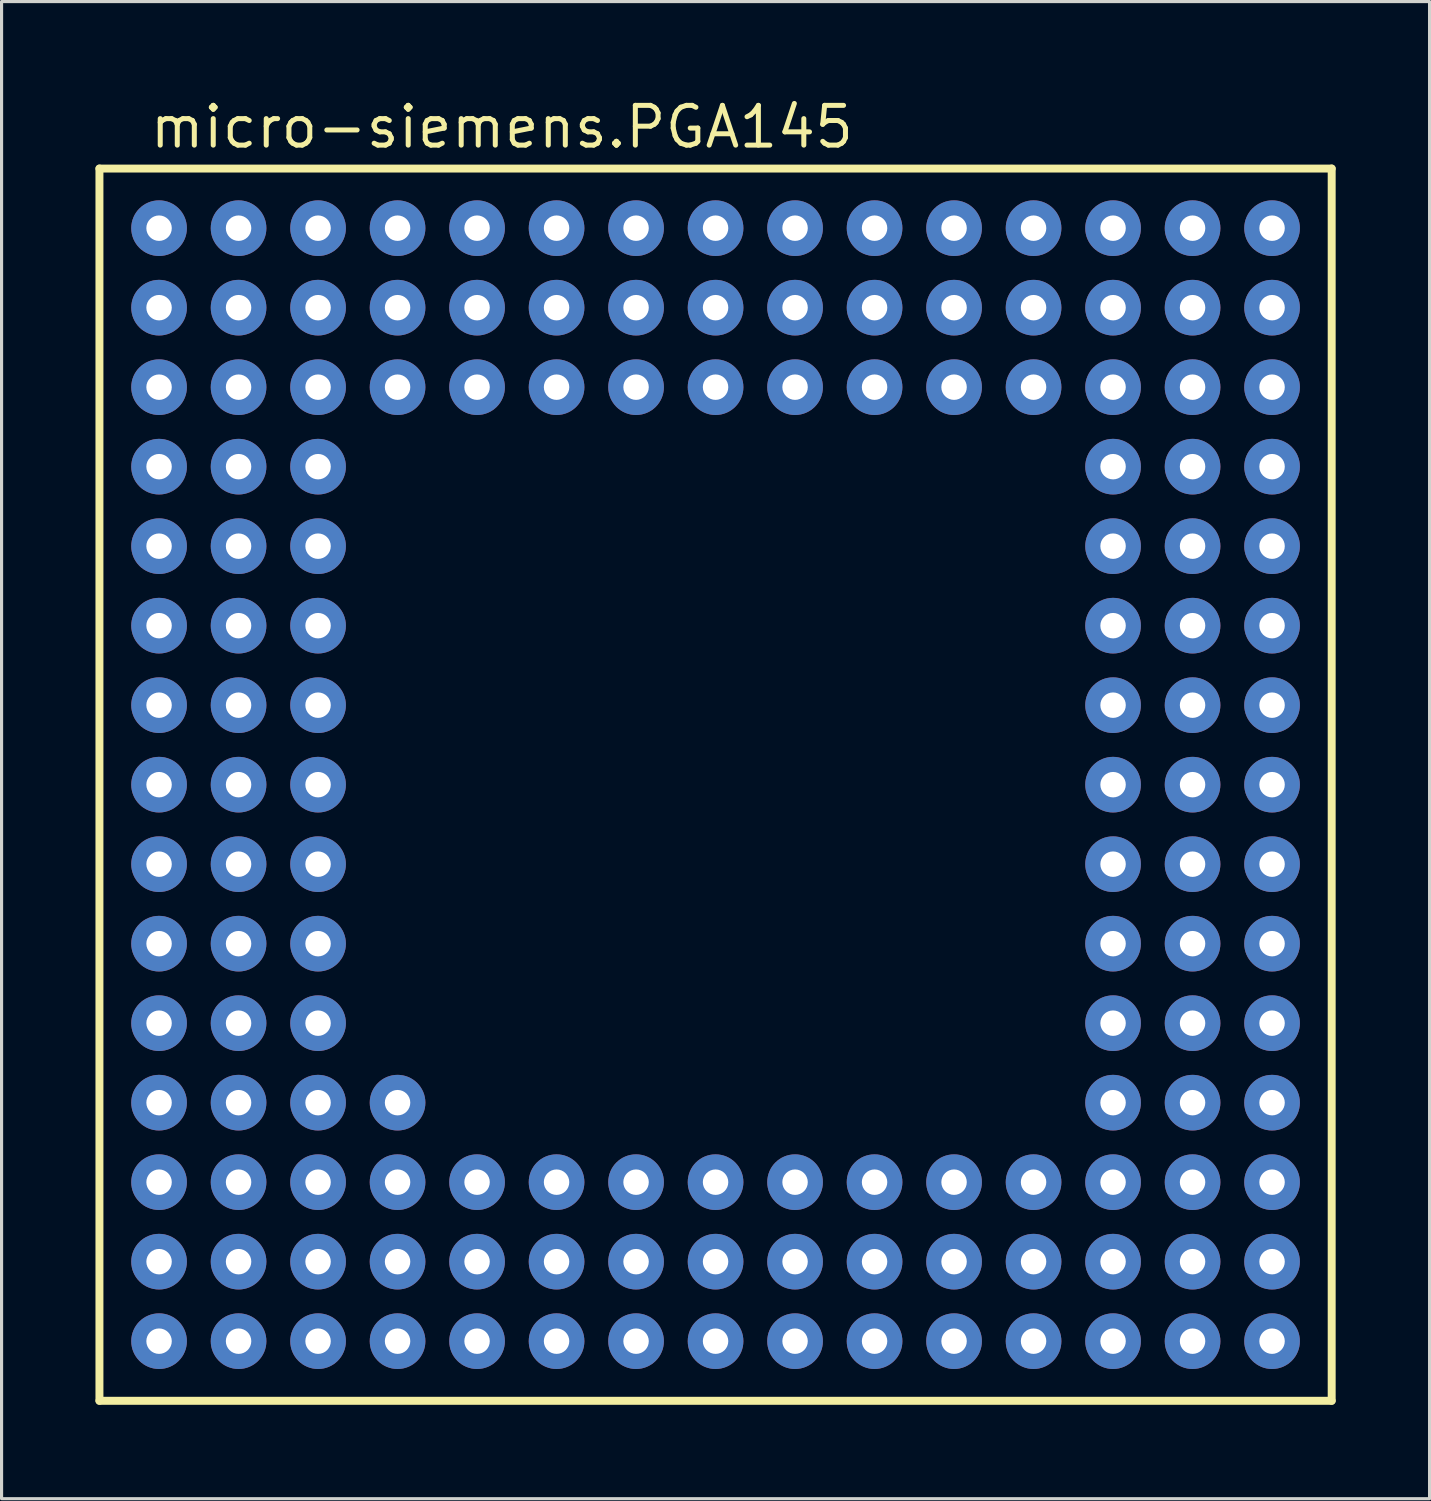
<source format=kicad_pcb>
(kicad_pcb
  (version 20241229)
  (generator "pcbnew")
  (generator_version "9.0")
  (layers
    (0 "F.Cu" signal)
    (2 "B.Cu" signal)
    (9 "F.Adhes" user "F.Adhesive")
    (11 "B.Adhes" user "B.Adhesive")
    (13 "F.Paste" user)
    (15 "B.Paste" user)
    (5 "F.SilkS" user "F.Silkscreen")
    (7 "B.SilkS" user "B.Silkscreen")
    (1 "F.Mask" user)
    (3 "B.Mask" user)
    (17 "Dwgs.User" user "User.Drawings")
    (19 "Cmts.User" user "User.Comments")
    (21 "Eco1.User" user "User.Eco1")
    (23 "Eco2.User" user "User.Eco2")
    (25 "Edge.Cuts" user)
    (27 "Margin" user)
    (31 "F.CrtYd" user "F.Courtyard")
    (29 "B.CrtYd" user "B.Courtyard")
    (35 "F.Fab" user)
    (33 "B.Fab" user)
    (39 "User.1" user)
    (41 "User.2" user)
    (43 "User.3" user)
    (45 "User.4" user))
  (footprint "micro-siemens.PGA145"
    (layer "F.Cu")
    (at 19.812 22.02)
    (property "Reference" "micro-siemens.PGA145" (at -18.15 -20.27 0) (layer "F.SilkS") (effects (font (size 1.27 1.27) (thickness 0.16)) (justify left bottom)))
    (attr through_hole)
    (fp_line (start -19.685 -19.685) (end 19.685 -19.685) (stroke (width 0.254) (type default)) (layer "F.SilkS"))
    (fp_line (start -19.685 19.685) (end -19.685 -19.685) (stroke (width 0.254) (type default)) (layer "F.SilkS"))
    (fp_line (start 19.685 -19.685) (end 19.685 19.685) (stroke (width 0.254) (type default)) (layer "F.SilkS"))
    (fp_line (start 19.685 19.685) (end -19.685 19.685) (stroke (width 0.254) (type default)) (layer "F.SilkS"))
    (pad "A1" thru_hole circle (at -17.78 -17.78) (size 1.778 1.778) (drill 0.813) (layers "*.Cu" "*.Mask"))
    (pad "A2" thru_hole circle (at -15.24 -17.78) (size 1.778 1.778) (drill 0.813) (layers "*.Cu" "*.Mask"))
    (pad "A3" thru_hole circle (at -12.7 -17.78) (size 1.778 1.778) (drill 0.813) (layers "*.Cu" "*.Mask"))
    (pad "A4" thru_hole circle (at -10.16 -17.78) (size 1.778 1.778) (drill 0.813) (layers "*.Cu" "*.Mask"))
    (pad "A5" thru_hole circle (at -7.62 -17.78) (size 1.778 1.778) (drill 0.813) (layers "*.Cu" "*.Mask"))
    (pad "A6" thru_hole circle (at -5.08 -17.78) (size 1.778 1.778) (drill 0.813) (layers "*.Cu" "*.Mask"))
    (pad "A7" thru_hole circle (at -2.54 -17.78) (size 1.778 1.778) (drill 0.813) (layers "*.Cu" "*.Mask"))
    (pad "A8" thru_hole circle (at 0 -17.78) (size 1.778 1.778) (drill 0.813) (layers "*.Cu" "*.Mask"))
    (pad "A9" thru_hole circle (at 2.54 -17.78) (size 1.778 1.778) (drill 0.813) (layers "*.Cu" "*.Mask"))
    (pad "A10" thru_hole circle (at 5.08 -17.78) (size 1.778 1.778) (drill 0.813) (layers "*.Cu" "*.Mask"))
    (pad "A11" thru_hole circle (at 7.62 -17.78) (size 1.778 1.778) (drill 0.813) (layers "*.Cu" "*.Mask"))
    (pad "A12" thru_hole circle (at 10.16 -17.78) (size 1.778 1.778) (drill 0.813) (layers "*.Cu" "*.Mask"))
    (pad "A13" thru_hole circle (at 12.7 -17.78) (size 1.778 1.778) (drill 0.813) (layers "*.Cu" "*.Mask"))
    (pad "A14" thru_hole circle (at 15.24 -17.78) (size 1.778 1.778) (drill 0.813) (layers "*.Cu" "*.Mask"))
    (pad "A15" thru_hole circle (at 17.78 -17.78) (size 1.778 1.778) (drill 0.813) (layers "*.Cu" "*.Mask"))
    (pad "B1" thru_hole circle (at -17.78 -15.24) (size 1.778 1.778) (drill 0.813) (layers "*.Cu" "*.Mask"))
    (pad "B2" thru_hole circle (at -15.24 -15.24) (size 1.778 1.778) (drill 0.813) (layers "*.Cu" "*.Mask"))
    (pad "B3" thru_hole circle (at -12.7 -15.24) (size 1.778 1.778) (drill 0.813) (layers "*.Cu" "*.Mask"))
    (pad "B4" thru_hole circle (at -10.16 -15.24) (size 1.778 1.778) (drill 0.813) (layers "*.Cu" "*.Mask"))
    (pad "B5" thru_hole circle (at -7.62 -15.24) (size 1.778 1.778) (drill 0.813) (layers "*.Cu" "*.Mask"))
    (pad "B6" thru_hole circle (at -5.08 -15.24) (size 1.778 1.778) (drill 0.813) (layers "*.Cu" "*.Mask"))
    (pad "B7" thru_hole circle (at -2.54 -15.24) (size 1.778 1.778) (drill 0.813) (layers "*.Cu" "*.Mask"))
    (pad "B8" thru_hole circle (at 0 -15.24) (size 1.778 1.778) (drill 0.813) (layers "*.Cu" "*.Mask"))
    (pad "B9" thru_hole circle (at 2.54 -15.24) (size 1.778 1.778) (drill 0.813) (layers "*.Cu" "*.Mask"))
    (pad "B10" thru_hole circle (at 5.08 -15.24) (size 1.778 1.778) (drill 0.813) (layers "*.Cu" "*.Mask"))
    (pad "B11" thru_hole circle (at 7.62 -15.24) (size 1.778 1.778) (drill 0.813) (layers "*.Cu" "*.Mask"))
    (pad "B12" thru_hole circle (at 10.16 -15.24) (size 1.778 1.778) (drill 0.813) (layers "*.Cu" "*.Mask"))
    (pad "B13" thru_hole circle (at 12.7 -15.24) (size 1.778 1.778) (drill 0.813) (layers "*.Cu" "*.Mask"))
    (pad "B14" thru_hole circle (at 15.24 -15.24) (size 1.778 1.778) (drill 0.813) (layers "*.Cu" "*.Mask"))
    (pad "B15" thru_hole circle (at 17.78 -15.24) (size 1.778 1.778) (drill 0.813) (layers "*.Cu" "*.Mask"))
    (pad "C1" thru_hole circle (at -17.78 -12.7) (size 1.778 1.778) (drill 0.813) (layers "*.Cu" "*.Mask"))
    (pad "C2" thru_hole circle (at -15.24 -12.7) (size 1.778 1.778) (drill 0.813) (layers "*.Cu" "*.Mask"))
    (pad "C3" thru_hole circle (at -12.7 -12.7) (size 1.778 1.778) (drill 0.813) (layers "*.Cu" "*.Mask"))
    (pad "C4" thru_hole circle (at -10.16 -12.7) (size 1.778 1.778) (drill 0.813) (layers "*.Cu" "*.Mask"))
    (pad "C5" thru_hole circle (at -7.62 -12.7) (size 1.778 1.778) (drill 0.813) (layers "*.Cu" "*.Mask"))
    (pad "C6" thru_hole circle (at -5.08 -12.7) (size 1.778 1.778) (drill 0.813) (layers "*.Cu" "*.Mask"))
    (pad "C7" thru_hole circle (at -2.54 -12.7) (size 1.778 1.778) (drill 0.813) (layers "*.Cu" "*.Mask"))
    (pad "C8" thru_hole circle (at 0 -12.7) (size 1.778 1.778) (drill 0.813) (layers "*.Cu" "*.Mask"))
    (pad "C9" thru_hole circle (at 2.54 -12.7) (size 1.778 1.778) (drill 0.813) (layers "*.Cu" "*.Mask"))
    (pad "C10" thru_hole circle (at 5.08 -12.7) (size 1.778 1.778) (drill 0.813) (layers "*.Cu" "*.Mask"))
    (pad "C11" thru_hole circle (at 7.62 -12.7) (size 1.778 1.778) (drill 0.813) (layers "*.Cu" "*.Mask"))
    (pad "C12" thru_hole circle (at 10.16 -12.7) (size 1.778 1.778) (drill 0.813) (layers "*.Cu" "*.Mask"))
    (pad "C13" thru_hole circle (at 12.7 -12.7) (size 1.778 1.778) (drill 0.813) (layers "*.Cu" "*.Mask"))
    (pad "C14" thru_hole circle (at 15.24 -12.7) (size 1.778 1.778) (drill 0.813) (layers "*.Cu" "*.Mask"))
    (pad "C15" thru_hole circle (at 17.78 -12.7) (size 1.778 1.778) (drill 0.813) (layers "*.Cu" "*.Mask"))
    (pad "D1" thru_hole circle (at -17.78 -10.16) (size 1.778 1.778) (drill 0.813) (layers "*.Cu" "*.Mask"))
    (pad "D2" thru_hole circle (at -15.24 -10.16) (size 1.778 1.778) (drill 0.813) (layers "*.Cu" "*.Mask"))
    (pad "D3" thru_hole circle (at -12.7 -10.16) (size 1.778 1.778) (drill 0.813) (layers "*.Cu" "*.Mask"))
    (pad "D13" thru_hole circle (at 12.7 -10.16) (size 1.778 1.778) (drill 0.813) (layers "*.Cu" "*.Mask"))
    (pad "D14" thru_hole circle (at 15.24 -10.16) (size 1.778 1.778) (drill 0.813) (layers "*.Cu" "*.Mask"))
    (pad "D15" thru_hole circle (at 17.78 -10.16) (size 1.778 1.778) (drill 0.813) (layers "*.Cu" "*.Mask"))
    (pad "E1" thru_hole circle (at -17.78 -7.62) (size 1.778 1.778) (drill 0.813) (layers "*.Cu" "*.Mask"))
    (pad "E2" thru_hole circle (at -15.24 -7.62) (size 1.778 1.778) (drill 0.813) (layers "*.Cu" "*.Mask"))
    (pad "E3" thru_hole circle (at -12.7 -7.62) (size 1.778 1.778) (drill 0.813) (layers "*.Cu" "*.Mask"))
    (pad "E13" thru_hole circle (at 12.7 -7.62) (size 1.778 1.778) (drill 0.813) (layers "*.Cu" "*.Mask"))
    (pad "E14" thru_hole circle (at 15.24 -7.62) (size 1.778 1.778) (drill 0.813) (layers "*.Cu" "*.Mask"))
    (pad "E15" thru_hole circle (at 17.78 -7.62) (size 1.778 1.778) (drill 0.813) (layers "*.Cu" "*.Mask"))
    (pad "F1" thru_hole circle (at -17.78 -5.08) (size 1.778 1.778) (drill 0.813) (layers "*.Cu" "*.Mask"))
    (pad "F2" thru_hole circle (at -15.24 -5.08) (size 1.778 1.778) (drill 0.813) (layers "*.Cu" "*.Mask"))
    (pad "F3" thru_hole circle (at -12.7 -5.08) (size 1.778 1.778) (drill 0.813) (layers "*.Cu" "*.Mask"))
    (pad "F13" thru_hole circle (at 12.7 -5.08) (size 1.778 1.778) (drill 0.813) (layers "*.Cu" "*.Mask"))
    (pad "F14" thru_hole circle (at 15.24 -5.08) (size 1.778 1.778) (drill 0.813) (layers "*.Cu" "*.Mask"))
    (pad "F15" thru_hole circle (at 17.78 -5.08) (size 1.778 1.778) (drill 0.813) (layers "*.Cu" "*.Mask"))
    (pad "G1" thru_hole circle (at -17.78 -2.54) (size 1.778 1.778) (drill 0.813) (layers "*.Cu" "*.Mask"))
    (pad "G2" thru_hole circle (at -15.24 -2.54) (size 1.778 1.778) (drill 0.813) (layers "*.Cu" "*.Mask"))
    (pad "G3" thru_hole circle (at -12.7 -2.54) (size 1.778 1.778) (drill 0.813) (layers "*.Cu" "*.Mask"))
    (pad "G13" thru_hole circle (at 12.7 -2.54) (size 1.778 1.778) (drill 0.813) (layers "*.Cu" "*.Mask"))
    (pad "G14" thru_hole circle (at 15.24 -2.54) (size 1.778 1.778) (drill 0.813) (layers "*.Cu" "*.Mask"))
    (pad "G15" thru_hole circle (at 17.78 -2.54) (size 1.778 1.778) (drill 0.813) (layers "*.Cu" "*.Mask"))
    (pad "H1" thru_hole circle (at -17.78 0) (size 1.778 1.778) (drill 0.813) (layers "*.Cu" "*.Mask"))
    (pad "H2" thru_hole circle (at -15.24 0) (size 1.778 1.778) (drill 0.813) (layers "*.Cu" "*.Mask"))
    (pad "H3" thru_hole circle (at -12.7 0) (size 1.778 1.778) (drill 0.813) (layers "*.Cu" "*.Mask"))
    (pad "H13" thru_hole circle (at 12.7 0) (size 1.778 1.778) (drill 0.813) (layers "*.Cu" "*.Mask"))
    (pad "H14" thru_hole circle (at 15.24 0) (size 1.778 1.778) (drill 0.813) (layers "*.Cu" "*.Mask"))
    (pad "H15" thru_hole circle (at 17.78 0) (size 1.778 1.778) (drill 0.813) (layers "*.Cu" "*.Mask"))
    (pad "J1" thru_hole circle (at -17.78 2.54) (size 1.778 1.778) (drill 0.813) (layers "*.Cu" "*.Mask"))
    (pad "J2" thru_hole circle (at -15.24 2.54) (size 1.778 1.778) (drill 0.813) (layers "*.Cu" "*.Mask"))
    (pad "J3" thru_hole circle (at -12.7 2.54) (size 1.778 1.778) (drill 0.813) (layers "*.Cu" "*.Mask"))
    (pad "J13" thru_hole circle (at 12.7 2.54) (size 1.778 1.778) (drill 0.813) (layers "*.Cu" "*.Mask"))
    (pad "J14" thru_hole circle (at 15.24 2.54) (size 1.778 1.778) (drill 0.813) (layers "*.Cu" "*.Mask"))
    (pad "J15" thru_hole circle (at 17.78 2.54) (size 1.778 1.778) (drill 0.813) (layers "*.Cu" "*.Mask"))
    (pad "K1" thru_hole circle (at -17.78 5.08) (size 1.778 1.778) (drill 0.813) (layers "*.Cu" "*.Mask"))
    (pad "K2" thru_hole circle (at -15.24 5.08) (size 1.778 1.778) (drill 0.813) (layers "*.Cu" "*.Mask"))
    (pad "K3" thru_hole circle (at -12.7 5.08) (size 1.778 1.778) (drill 0.813) (layers "*.Cu" "*.Mask"))
    (pad "K13" thru_hole circle (at 12.7 5.08) (size 1.778 1.778) (drill 0.813) (layers "*.Cu" "*.Mask"))
    (pad "K14" thru_hole circle (at 15.24 5.08) (size 1.778 1.778) (drill 0.813) (layers "*.Cu" "*.Mask"))
    (pad "K15" thru_hole circle (at 17.78 5.08) (size 1.778 1.778) (drill 0.813) (layers "*.Cu" "*.Mask"))
    (pad "L1" thru_hole circle (at -17.78 7.62) (size 1.778 1.778) (drill 0.813) (layers "*.Cu" "*.Mask"))
    (pad "L2" thru_hole circle (at -15.24 7.62) (size 1.778 1.778) (drill 0.813) (layers "*.Cu" "*.Mask"))
    (pad "L3" thru_hole circle (at -12.7 7.62) (size 1.778 1.778) (drill 0.813) (layers "*.Cu" "*.Mask"))
    (pad "L13" thru_hole circle (at 12.7 7.62) (size 1.778 1.778) (drill 0.813) (layers "*.Cu" "*.Mask"))
    (pad "L14" thru_hole circle (at 15.24 7.62) (size 1.778 1.778) (drill 0.813) (layers "*.Cu" "*.Mask"))
    (pad "L15" thru_hole circle (at 17.78 7.62) (size 1.778 1.778) (drill 0.813) (layers "*.Cu" "*.Mask"))
    (pad "M1" thru_hole circle (at -17.78 10.16) (size 1.778 1.778) (drill 0.813) (layers "*.Cu" "*.Mask"))
    (pad "M2" thru_hole circle (at -15.24 10.16) (size 1.778 1.778) (drill 0.813) (layers "*.Cu" "*.Mask"))
    (pad "M3" thru_hole circle (at -12.7 10.16) (size 1.778 1.778) (drill 0.813) (layers "*.Cu" "*.Mask"))
    (pad "M4" thru_hole circle (at -10.16 10.16) (size 1.778 1.778) (drill 0.813) (layers "*.Cu" "*.Mask"))
    (pad "M13" thru_hole circle (at 12.7 10.16) (size 1.778 1.778) (drill 0.813) (layers "*.Cu" "*.Mask"))
    (pad "M14" thru_hole circle (at 15.24 10.16) (size 1.778 1.778) (drill 0.813) (layers "*.Cu" "*.Mask"))
    (pad "M15" thru_hole circle (at 17.78 10.16) (size 1.778 1.778) (drill 0.813) (layers "*.Cu" "*.Mask"))
    (pad "N1" thru_hole circle (at -17.78 12.7) (size 1.778 1.778) (drill 0.813) (layers "*.Cu" "*.Mask"))
    (pad "N2" thru_hole circle (at -15.24 12.7) (size 1.778 1.778) (drill 0.813) (layers "*.Cu" "*.Mask"))
    (pad "N3" thru_hole circle (at -12.7 12.7) (size 1.778 1.778) (drill 0.813) (layers "*.Cu" "*.Mask"))
    (pad "N4" thru_hole circle (at -10.16 12.7) (size 1.778 1.778) (drill 0.813) (layers "*.Cu" "*.Mask"))
    (pad "N5" thru_hole circle (at -7.62 12.7) (size 1.778 1.778) (drill 0.813) (layers "*.Cu" "*.Mask"))
    (pad "N6" thru_hole circle (at -5.08 12.7) (size 1.778 1.778) (drill 0.813) (layers "*.Cu" "*.Mask"))
    (pad "N7" thru_hole circle (at -2.54 12.7) (size 1.778 1.778) (drill 0.813) (layers "*.Cu" "*.Mask"))
    (pad "N8" thru_hole circle (at 0 12.7) (size 1.778 1.778) (drill 0.813) (layers "*.Cu" "*.Mask"))
    (pad "N9" thru_hole circle (at 2.54 12.7) (size 1.778 1.778) (drill 0.813) (layers "*.Cu" "*.Mask"))
    (pad "N10" thru_hole circle (at 5.08 12.7) (size 1.778 1.778) (drill 0.813) (layers "*.Cu" "*.Mask"))
    (pad "N11" thru_hole circle (at 7.62 12.7) (size 1.778 1.778) (drill 0.813) (layers "*.Cu" "*.Mask"))
    (pad "N12" thru_hole circle (at 10.16 12.7) (size 1.778 1.778) (drill 0.813) (layers "*.Cu" "*.Mask"))
    (pad "N13" thru_hole circle (at 12.7 12.7) (size 1.778 1.778) (drill 0.813) (layers "*.Cu" "*.Mask"))
    (pad "N14" thru_hole circle (at 15.24 12.7) (size 1.778 1.778) (drill 0.813) (layers "*.Cu" "*.Mask"))
    (pad "N15" thru_hole circle (at 17.78 12.7) (size 1.778 1.778) (drill 0.813) (layers "*.Cu" "*.Mask"))
    (pad "P1" thru_hole circle (at -17.78 15.24) (size 1.778 1.778) (drill 0.813) (layers "*.Cu" "*.Mask"))
    (pad "P2" thru_hole circle (at -15.24 15.24) (size 1.778 1.778) (drill 0.813) (layers "*.Cu" "*.Mask"))
    (pad "P3" thru_hole circle (at -12.7 15.24) (size 1.778 1.778) (drill 0.813) (layers "*.Cu" "*.Mask"))
    (pad "P4" thru_hole circle (at -10.16 15.24) (size 1.778 1.778) (drill 0.813) (layers "*.Cu" "*.Mask"))
    (pad "P5" thru_hole circle (at -7.62 15.24) (size 1.778 1.778) (drill 0.813) (layers "*.Cu" "*.Mask"))
    (pad "P6" thru_hole circle (at -5.08 15.24) (size 1.778 1.778) (drill 0.813) (layers "*.Cu" "*.Mask"))
    (pad "P7" thru_hole circle (at -2.54 15.24) (size 1.778 1.778) (drill 0.813) (layers "*.Cu" "*.Mask"))
    (pad "P8" thru_hole circle (at 0 15.24) (size 1.778 1.778) (drill 0.813) (layers "*.Cu" "*.Mask"))
    (pad "P9" thru_hole circle (at 2.54 15.24) (size 1.778 1.778) (drill 0.813) (layers "*.Cu" "*.Mask"))
    (pad "P10" thru_hole circle (at 5.08 15.24) (size 1.778 1.778) (drill 0.813) (layers "*.Cu" "*.Mask"))
    (pad "P11" thru_hole circle (at 7.62 15.24) (size 1.778 1.778) (drill 0.813) (layers "*.Cu" "*.Mask"))
    (pad "P12" thru_hole circle (at 10.16 15.24) (size 1.778 1.778) (drill 0.813) (layers "*.Cu" "*.Mask"))
    (pad "P13" thru_hole circle (at 12.7 15.24) (size 1.778 1.778) (drill 0.813) (layers "*.Cu" "*.Mask"))
    (pad "P14" thru_hole circle (at 15.24 15.24) (size 1.778 1.778) (drill 0.813) (layers "*.Cu" "*.Mask"))
    (pad "P15" thru_hole circle (at 17.78 15.24) (size 1.778 1.778) (drill 0.813) (layers "*.Cu" "*.Mask"))
    (pad "R1" thru_hole circle (at -17.78 17.78) (size 1.778 1.778) (drill 0.813) (layers "*.Cu" "*.Mask"))
    (pad "R2" thru_hole circle (at -15.24 17.78) (size 1.778 1.778) (drill 0.813) (layers "*.Cu" "*.Mask"))
    (pad "R3" thru_hole circle (at -12.7 17.78) (size 1.778 1.778) (drill 0.813) (layers "*.Cu" "*.Mask"))
    (pad "R4" thru_hole circle (at -10.16 17.78) (size 1.778 1.778) (drill 0.813) (layers "*.Cu" "*.Mask"))
    (pad "R5" thru_hole circle (at -7.62 17.78) (size 1.778 1.778) (drill 0.813) (layers "*.Cu" "*.Mask"))
    (pad "R6" thru_hole circle (at -5.08 17.78) (size 1.778 1.778) (drill 0.813) (layers "*.Cu" "*.Mask"))
    (pad "R7" thru_hole circle (at -2.54 17.78) (size 1.778 1.778) (drill 0.813) (layers "*.Cu" "*.Mask"))
    (pad "R8" thru_hole circle (at 0 17.78) (size 1.778 1.778) (drill 0.813) (layers "*.Cu" "*.Mask"))
    (pad "R9" thru_hole circle (at 2.54 17.78) (size 1.778 1.778) (drill 0.813) (layers "*.Cu" "*.Mask"))
    (pad "R10" thru_hole circle (at 5.08 17.78) (size 1.778 1.778) (drill 0.813) (layers "*.Cu" "*.Mask"))
    (pad "R11" thru_hole circle (at 7.62 17.78) (size 1.778 1.778) (drill 0.813) (layers "*.Cu" "*.Mask"))
    (pad "R12" thru_hole circle (at 10.16 17.78) (size 1.778 1.778) (drill 0.813) (layers "*.Cu" "*.Mask"))
    (pad "R13" thru_hole circle (at 12.7 17.78) (size 1.778 1.778) (drill 0.813) (layers "*.Cu" "*.Mask"))
    (pad "R14" thru_hole circle (at 15.24 17.78) (size 1.778 1.778) (drill 0.813) (layers "*.Cu" "*.Mask"))
    (pad "R15" thru_hole circle (at 17.78 17.78) (size 1.778 1.778) (drill 0.813) (layers "*.Cu" "*.Mask")))
  (gr_rect
    (start -3 -3)
    (end 42.624 44.832)
    (stroke (width 0.1) (type default))
    (fill no)
    (layer "Edge.Cuts")))
</source>
